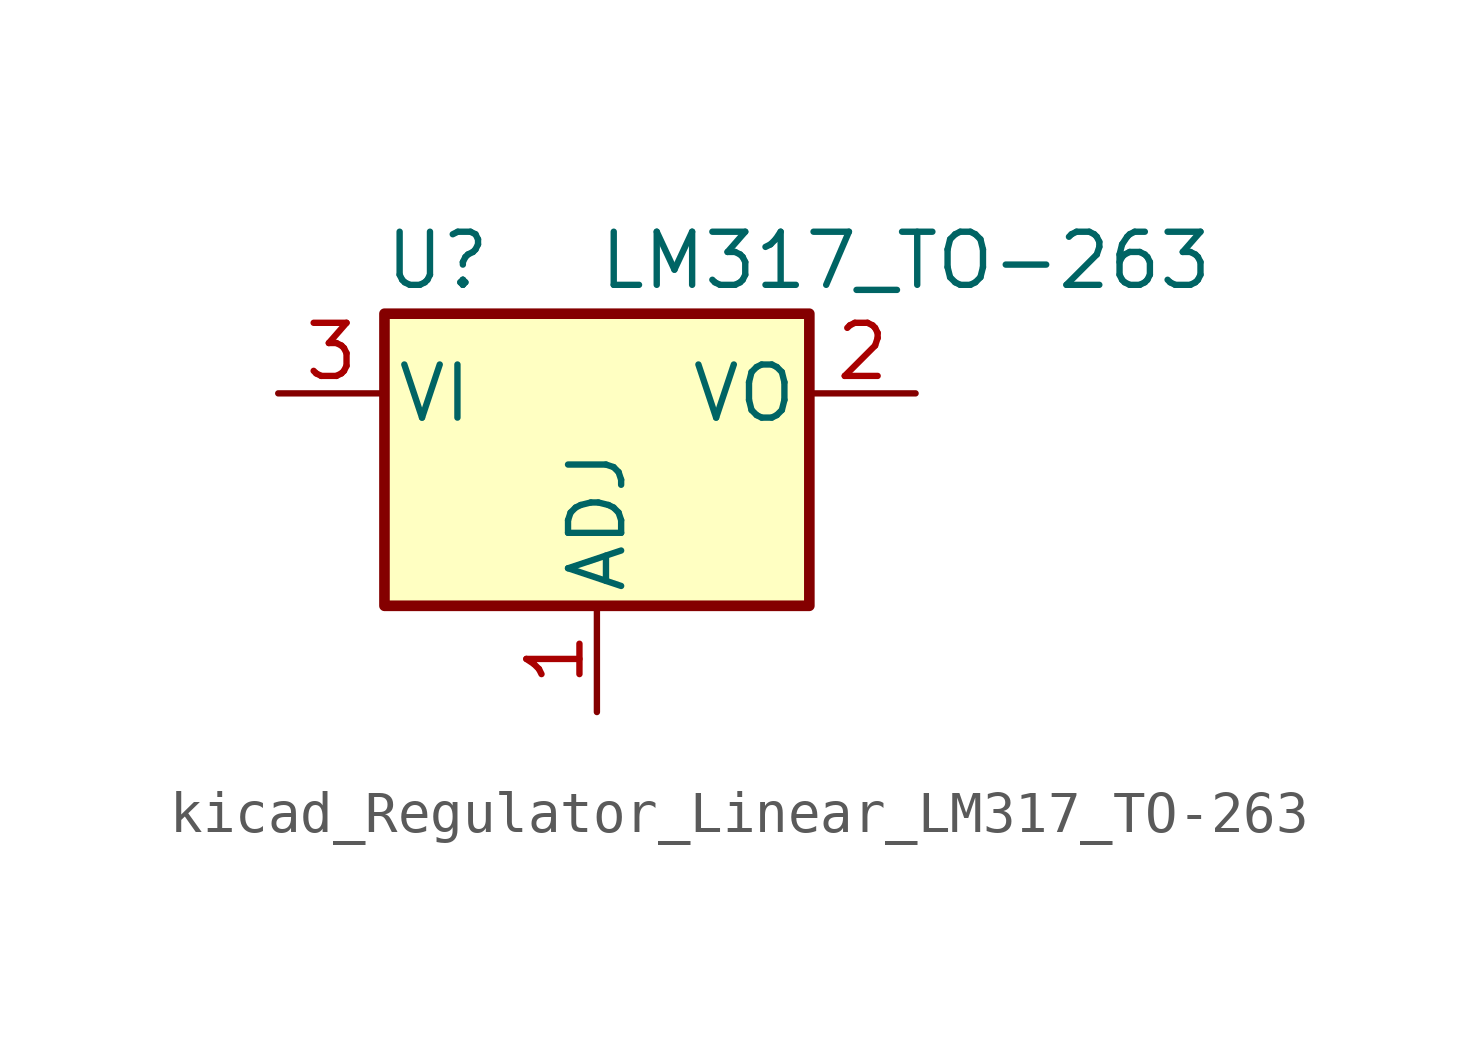
<source format=kicad_sym>
(kicad_symbol_lib
  (version 20220914)
  (generator kicad_symbol_editor)
  (symbol "kicad_Regulator_Linear_LM317_TO-263"
    (pin_names
      (offset 0.254))
    (property "Reference" "U"
      (at -3.81 3.175 0)
      (effects (font (size 1.27 1.27))))
    (property "Value" "LM317_TO-263"
      (at 0 3.175 0)
      (effects (font (size 1.27 1.27)) (justify left)))
    (symbol "kicad_Regulator_Linear_LM317_TO-263_0_1"
      (rectangle (start -5.08 1.905) (end 5.08 -5.08) (stroke (width 0.254) (type default)) (fill (type background))))
    (symbol "kicad_Regulator_Linear_LM317_TO-263_1_1"
      (pin input line (at 0 -7.62 90) (length 2.54) (name "ADJ" (effects (font (size 1.27 1.27)))) (number "1" (effects (font (size 1.27 1.27)))))
      (pin power_out line (at 7.62 0 180) (length 2.54) (name "VO" (effects (font (size 1.27 1.27)))) (number "2" (effects (font (size 1.27 1.27)))))
      (pin power_in line (at -7.62 0 0) (length 2.54) (name "VI" (effects (font (size 1.27 1.27)))) (number "3" (effects (font (size 1.27 1.27))))))))
</source>
